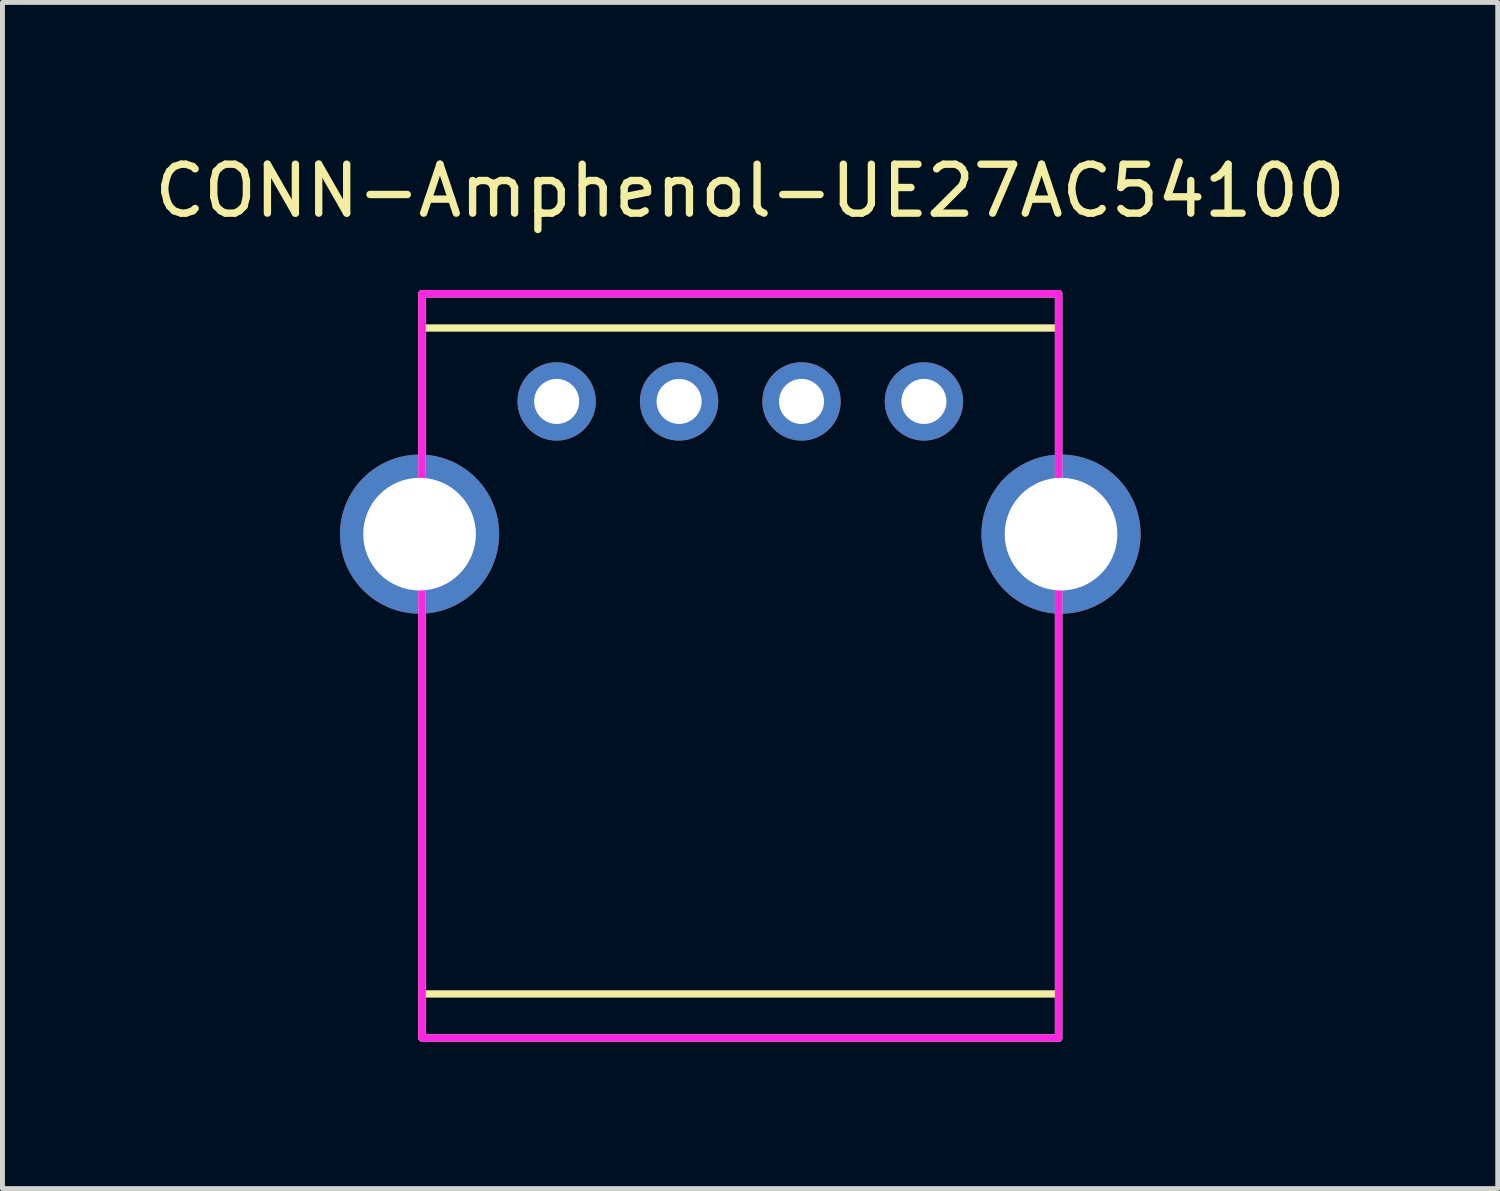
<source format=kicad_pcb>
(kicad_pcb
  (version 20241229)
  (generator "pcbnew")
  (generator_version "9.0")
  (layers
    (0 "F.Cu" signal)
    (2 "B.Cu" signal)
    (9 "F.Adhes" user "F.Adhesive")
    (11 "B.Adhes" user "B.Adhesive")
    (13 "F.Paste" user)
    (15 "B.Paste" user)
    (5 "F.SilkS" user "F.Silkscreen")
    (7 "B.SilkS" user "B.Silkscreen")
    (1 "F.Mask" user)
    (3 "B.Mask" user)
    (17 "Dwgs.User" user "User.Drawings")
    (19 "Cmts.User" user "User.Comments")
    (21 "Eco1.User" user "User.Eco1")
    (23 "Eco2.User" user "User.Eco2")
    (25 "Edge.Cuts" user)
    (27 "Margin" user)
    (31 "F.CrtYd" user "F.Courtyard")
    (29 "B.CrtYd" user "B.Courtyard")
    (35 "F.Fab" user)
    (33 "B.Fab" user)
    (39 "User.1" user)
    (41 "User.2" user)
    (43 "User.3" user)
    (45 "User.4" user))
  (footprint "CONN-Amphenol-UE27AC54100"
    (layer "F.Cu")
    (at 12.068 5.148)
    (property "Reference" "CONN-Amphenol-UE27AC54100" (at 0.2 -4.3 0) (layer "F.SilkS") (effects (font (size 1 1) (thickness 0.15))))
    (attr through_hole)
    (fp_line (start -6.5 -2.2) (end -6.5 -1.5) (stroke (width 0.15) (type solid)) (layer "F.SilkS"))
    (fp_line (start -6.5 -1.5) (end 6.5 -1.5) (stroke (width 0.15) (type solid)) (layer "F.SilkS"))
    (fp_line (start -6.5 12.1) (end 6.5 12.1) (stroke (width 0.15) (type solid)) (layer "F.SilkS"))
    (fp_line (start -6.5 13) (end -6.5 -1.5) (stroke (width 0.15) (type solid)) (layer "F.SilkS"))
    (fp_line (start 6.5 -2.2) (end -6.5 -2.2) (stroke (width 0.15) (type solid)) (layer "F.SilkS"))
    (fp_line (start 6.5 -1.5) (end 6.5 -2.2) (stroke (width 0.15) (type solid)) (layer "F.SilkS"))
    (fp_line (start 6.5 -1.5) (end 6.5 13) (stroke (width 0.15) (type solid)) (layer "F.SilkS"))
    (fp_line (start 6.5 13) (end -6.5 13) (stroke (width 0.15) (type solid)) (layer "F.SilkS"))
    (fp_line (start -6.5 -2.2) (end 6.5 -2.2) (stroke (width 0.15) (type solid)) (layer "F.CrtYd"))
    (fp_line (start -6.5 13) (end -6.5 -2.2) (stroke (width 0.15) (type solid)) (layer "F.CrtYd"))
    (fp_line (start 6.5 -2.2) (end 6.5 13) (stroke (width 0.15) (type solid)) (layer "F.CrtYd"))
    (fp_line (start 6.5 13) (end -6.5 13) (stroke (width 0.15) (type solid)) (layer "F.CrtYd"))
    (fp_line (start -6.5 -2.2) (end 6.5 -2.2) (stroke (width 0.15) (type solid)) (layer "F.Fab"))
    (fp_line (start -6.5 13) (end -6.5 -2.2) (stroke (width 0.15) (type solid)) (layer "F.Fab"))
    (fp_line (start 6.5 -2.2) (end 6.5 13) (stroke (width 0.15) (type solid)) (layer "F.Fab"))
    (fp_line (start 6.5 13) (end -6.5 13) (stroke (width 0.15) (type solid)) (layer "F.Fab"))
    (pad "1" thru_hole circle (at -3.75 0) (size 1.6 1.6) (drill 0.92) (layers "*.Cu" "*.Mask"))
    (pad "2" thru_hole circle (at -1.25 0) (size 1.6 1.6) (drill 0.92) (layers "*.Cu" "*.Mask"))
    (pad "3" thru_hole circle (at 1.25 0) (size 1.6 1.6) (drill 0.92) (layers "*.Cu" "*.Mask"))
    (pad "4" thru_hole circle (at 3.75 0) (size 1.6 1.6) (drill 0.92) (layers "*.Cu" "*.Mask"))
    (pad "5" thru_hole circle (at -6.55 2.71) (size 3.25 3.25) (drill 2.3) (layers "*.Cu" "*.Mask"))
    (pad "5" thru_hole circle (at 6.55 2.71) (size 3.25 3.25) (drill 2.3) (layers "*.Cu" "*.Mask")))
  (gr_rect
    (start -3 -3)
    (end 27.536 21.223)
    (stroke (width 0.1) (type default))
    (fill no)
    (layer "Edge.Cuts")))
</source>
